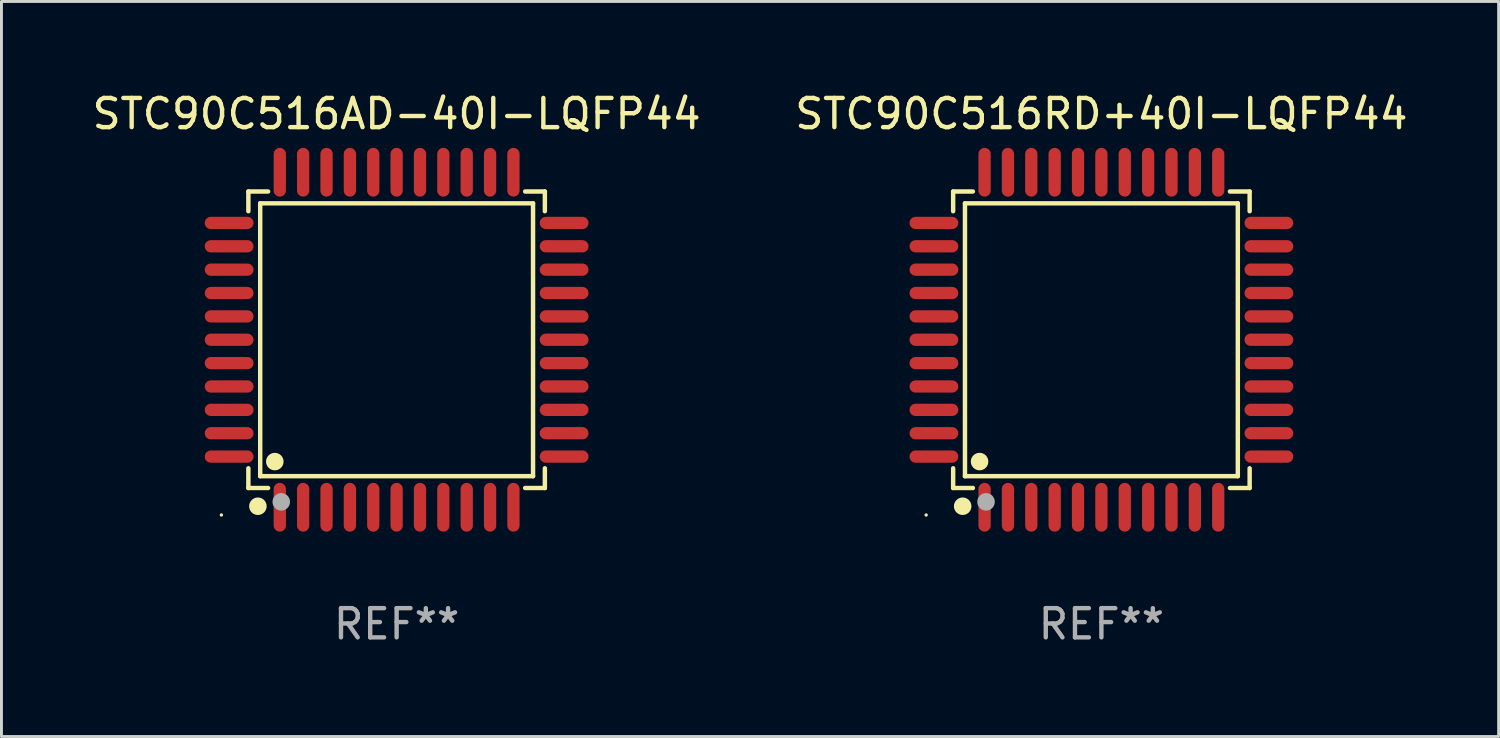
<source format=kicad_pcb>
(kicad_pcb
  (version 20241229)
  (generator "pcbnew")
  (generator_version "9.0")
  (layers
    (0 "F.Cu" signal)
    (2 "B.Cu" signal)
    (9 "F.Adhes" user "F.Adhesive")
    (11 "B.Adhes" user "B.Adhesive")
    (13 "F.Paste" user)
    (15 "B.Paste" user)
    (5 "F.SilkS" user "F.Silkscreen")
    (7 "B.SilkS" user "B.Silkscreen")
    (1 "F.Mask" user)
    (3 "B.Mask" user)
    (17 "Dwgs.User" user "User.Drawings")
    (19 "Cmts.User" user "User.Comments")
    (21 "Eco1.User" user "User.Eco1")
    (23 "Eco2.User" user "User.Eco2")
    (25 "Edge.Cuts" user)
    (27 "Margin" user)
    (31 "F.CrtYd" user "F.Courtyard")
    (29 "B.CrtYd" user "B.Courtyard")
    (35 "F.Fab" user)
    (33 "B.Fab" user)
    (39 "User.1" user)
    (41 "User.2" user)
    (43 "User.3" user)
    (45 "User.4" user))
  (footprint "STC90C516RD+40I-LQFP44"
    (layer "F.Cu")
    (at 34.661 8.583)
    (property "Reference" "STC90C516RD+40I-LQFP44" (at 0 -7.735 0) (layer "F.SilkS") (effects (font (size 1 1) (thickness 0.15))))
    (attr through_hole)
    (fp_line (start -5.076 -5.076) (end -4.401 -5.076) (stroke (width 0.152) (type solid)) (layer "F.SilkS"))
    (fp_line (start -5.076 -4.401) (end -5.076 -5.076) (stroke (width 0.152) (type solid)) (layer "F.SilkS"))
    (fp_line (start -5.076 4.401) (end -5.076 5.076) (stroke (width 0.152) (type solid)) (layer "F.SilkS"))
    (fp_line (start -5.076 5.076) (end -4.401 5.076) (stroke (width 0.152) (type solid)) (layer "F.SilkS"))
    (fp_line (start -4.671 -4.671) (end 4.671 -4.671) (stroke (width 0.152) (type solid)) (layer "F.SilkS"))
    (fp_line (start -4.671 4.671) (end -4.671 -4.671) (stroke (width 0.152) (type solid)) (layer "F.SilkS"))
    (fp_line (start 4.671 -4.671) (end 4.671 4.671) (stroke (width 0.152) (type solid)) (layer "F.SilkS"))
    (fp_line (start 4.671 4.671) (end -4.671 4.671) (stroke (width 0.152) (type solid)) (layer "F.SilkS"))
    (fp_line (start 5.076 -5.076) (end 4.401 -5.076) (stroke (width 0.152) (type solid)) (layer "F.SilkS"))
    (fp_line (start 5.076 -4.401) (end 5.076 -5.076) (stroke (width 0.152) (type solid)) (layer "F.SilkS"))
    (fp_line (start 5.076 4.401) (end 5.076 5.076) (stroke (width 0.152) (type solid)) (layer "F.SilkS"))
    (fp_line (start 5.076 5.076) (end 4.401 5.076) (stroke (width 0.152) (type solid)) (layer "F.SilkS"))
    (fp_circle (center -6 6) (end -5.97 6) (stroke (width 0.06) (type solid)) (fill no) (layer "F.SilkS"))
    (fp_circle (center -4.75 5.7) (end -4.6 5.7) (stroke (width 0.3) (type solid)) (fill no) (layer "F.SilkS"))
    (fp_circle (center -4.171 4.171) (end -4.021 4.171) (stroke (width 0.3) (type solid)) (fill no) (layer "F.SilkS"))
    (fp_circle (center -3.95 5.55) (end -3.8 5.55) (stroke (width 0.3) (type solid)) (fill no) (layer "F.Fab"))
    (fp_text user "REF**" (at 0 9.735 0) (layer "F.Fab") (effects (font (size 1 1) (thickness 0.15))))
    (pad "1" smd oval (at -4 5.735) (size 0.42 1.67) (layers "F.Cu" "F.Mask" "F.Paste"))
    (pad "2" smd oval (at -3.2 5.735) (size 0.42 1.67) (layers "F.Cu" "F.Mask" "F.Paste"))
    (pad "3" smd oval (at -2.4 5.735) (size 0.42 1.67) (layers "F.Cu" "F.Mask" "F.Paste"))
    (pad "4" smd oval (at -1.6 5.735) (size 0.42 1.67) (layers "F.Cu" "F.Mask" "F.Paste"))
    (pad "5" smd oval (at -0.8 5.735) (size 0.42 1.67) (layers "F.Cu" "F.Mask" "F.Paste"))
    (pad "6" smd oval (at 0 5.735) (size 0.42 1.67) (layers "F.Cu" "F.Mask" "F.Paste"))
    (pad "7" smd oval (at 0.8 5.735) (size 0.42 1.67) (layers "F.Cu" "F.Mask" "F.Paste"))
    (pad "8" smd oval (at 1.6 5.735) (size 0.42 1.67) (layers "F.Cu" "F.Mask" "F.Paste"))
    (pad "9" smd oval (at 2.4 5.735) (size 0.42 1.67) (layers "F.Cu" "F.Mask" "F.Paste"))
    (pad "10" smd oval (at 3.2 5.735) (size 0.42 1.67) (layers "F.Cu" "F.Mask" "F.Paste"))
    (pad "11" smd oval (at 4 5.735) (size 0.42 1.67) (layers "F.Cu" "F.Mask" "F.Paste"))
    (pad "12" smd oval (at 5.735 4) (size 1.67 0.42) (layers "F.Cu" "F.Mask" "F.Paste"))
    (pad "13" smd oval (at 5.735 3.2) (size 1.67 0.42) (layers "F.Cu" "F.Mask" "F.Paste"))
    (pad "14" smd oval (at 5.735 2.4) (size 1.67 0.42) (layers "F.Cu" "F.Mask" "F.Paste"))
    (pad "15" smd oval (at 5.735 1.6) (size 1.67 0.42) (layers "F.Cu" "F.Mask" "F.Paste"))
    (pad "16" smd oval (at 5.735 0.8) (size 1.67 0.42) (layers "F.Cu" "F.Mask" "F.Paste"))
    (pad "17" smd oval (at 5.735 0) (size 1.67 0.42) (layers "F.Cu" "F.Mask" "F.Paste"))
    (pad "18" smd oval (at 5.735 -0.8) (size 1.67 0.42) (layers "F.Cu" "F.Mask" "F.Paste"))
    (pad "19" smd oval (at 5.735 -1.6) (size 1.67 0.42) (layers "F.Cu" "F.Mask" "F.Paste"))
    (pad "20" smd oval (at 5.735 -2.4) (size 1.67 0.42) (layers "F.Cu" "F.Mask" "F.Paste"))
    (pad "21" smd oval (at 5.735 -3.2) (size 1.67 0.42) (layers "F.Cu" "F.Mask" "F.Paste"))
    (pad "22" smd oval (at 5.735 -4) (size 1.67 0.42) (layers "F.Cu" "F.Mask" "F.Paste"))
    (pad "23" smd oval (at 4 -5.735) (size 0.42 1.67) (layers "F.Cu" "F.Mask" "F.Paste"))
    (pad "24" smd oval (at 3.2 -5.735) (size 0.42 1.67) (layers "F.Cu" "F.Mask" "F.Paste"))
    (pad "25" smd oval (at 2.4 -5.735) (size 0.42 1.67) (layers "F.Cu" "F.Mask" "F.Paste"))
    (pad "26" smd oval (at 1.6 -5.735) (size 0.42 1.67) (layers "F.Cu" "F.Mask" "F.Paste"))
    (pad "27" smd oval (at 0.8 -5.735) (size 0.42 1.67) (layers "F.Cu" "F.Mask" "F.Paste"))
    (pad "28" smd oval (at 0 -5.735) (size 0.42 1.67) (layers "F.Cu" "F.Mask" "F.Paste"))
    (pad "29" smd oval (at -0.8 -5.735) (size 0.42 1.67) (layers "F.Cu" "F.Mask" "F.Paste"))
    (pad "30" smd oval (at -1.6 -5.735) (size 0.42 1.67) (layers "F.Cu" "F.Mask" "F.Paste"))
    (pad "31" smd oval (at -2.4 -5.735) (size 0.42 1.67) (layers "F.Cu" "F.Mask" "F.Paste"))
    (pad "32" smd oval (at -3.2 -5.735) (size 0.42 1.67) (layers "F.Cu" "F.Mask" "F.Paste"))
    (pad "33" smd oval (at -4 -5.735) (size 0.42 1.67) (layers "F.Cu" "F.Mask" "F.Paste"))
    (pad "34" smd oval (at -5.735 -4) (size 1.67 0.42) (layers "F.Cu" "F.Mask" "F.Paste"))
    (pad "35" smd oval (at -5.735 -3.2) (size 1.67 0.42) (layers "F.Cu" "F.Mask" "F.Paste"))
    (pad "36" smd oval (at -5.735 -2.4) (size 1.67 0.42) (layers "F.Cu" "F.Mask" "F.Paste"))
    (pad "37" smd oval (at -5.735 -1.6) (size 1.67 0.42) (layers "F.Cu" "F.Mask" "F.Paste"))
    (pad "38" smd oval (at -5.735 -0.8) (size 1.67 0.42) (layers "F.Cu" "F.Mask" "F.Paste"))
    (pad "39" smd oval (at -5.735 0) (size 1.67 0.42) (layers "F.Cu" "F.Mask" "F.Paste"))
    (pad "40" smd oval (at -5.735 0.8) (size 1.67 0.42) (layers "F.Cu" "F.Mask" "F.Paste"))
    (pad "41" smd oval (at -5.735 1.6) (size 1.67 0.42) (layers "F.Cu" "F.Mask" "F.Paste"))
    (pad "42" smd oval (at -5.735 2.4) (size 1.67 0.42) (layers "F.Cu" "F.Mask" "F.Paste"))
    (pad "43" smd oval (at -5.735 3.2) (size 1.67 0.42) (layers "F.Cu" "F.Mask" "F.Paste"))
    (pad "44" smd oval (at -5.735 4) (size 1.67 0.42) (layers "F.Cu" "F.Mask" "F.Paste")))
  (footprint "STC90C516AD-40I-LQFP44"
    (layer "F.Cu")
    (at 10.53 8.583)
    (property "Reference" "STC90C516AD-40I-LQFP44" (at 0 -7.735 0) (layer "F.SilkS") (effects (font (size 1 1) (thickness 0.15))))
    (attr through_hole)
    (fp_line (start -5.076 -5.076) (end -4.401 -5.076) (stroke (width 0.152) (type solid)) (layer "F.SilkS"))
    (fp_line (start -5.076 -4.401) (end -5.076 -5.076) (stroke (width 0.152) (type solid)) (layer "F.SilkS"))
    (fp_line (start -5.076 4.401) (end -5.076 5.076) (stroke (width 0.152) (type solid)) (layer "F.SilkS"))
    (fp_line (start -5.076 5.076) (end -4.401 5.076) (stroke (width 0.152) (type solid)) (layer "F.SilkS"))
    (fp_line (start -4.671 -4.671) (end 4.671 -4.671) (stroke (width 0.152) (type solid)) (layer "F.SilkS"))
    (fp_line (start -4.671 4.671) (end -4.671 -4.671) (stroke (width 0.152) (type solid)) (layer "F.SilkS"))
    (fp_line (start 4.671 -4.671) (end 4.671 4.671) (stroke (width 0.152) (type solid)) (layer "F.SilkS"))
    (fp_line (start 4.671 4.671) (end -4.671 4.671) (stroke (width 0.152) (type solid)) (layer "F.SilkS"))
    (fp_line (start 5.076 -5.076) (end 4.401 -5.076) (stroke (width 0.152) (type solid)) (layer "F.SilkS"))
    (fp_line (start 5.076 -4.401) (end 5.076 -5.076) (stroke (width 0.152) (type solid)) (layer "F.SilkS"))
    (fp_line (start 5.076 4.401) (end 5.076 5.076) (stroke (width 0.152) (type solid)) (layer "F.SilkS"))
    (fp_line (start 5.076 5.076) (end 4.401 5.076) (stroke (width 0.152) (type solid)) (layer "F.SilkS"))
    (fp_circle (center -6 6) (end -5.97 6) (stroke (width 0.06) (type solid)) (fill no) (layer "F.SilkS"))
    (fp_circle (center -4.75 5.7) (end -4.6 5.7) (stroke (width 0.3) (type solid)) (fill no) (layer "F.SilkS"))
    (fp_circle (center -4.171 4.171) (end -4.021 4.171) (stroke (width 0.3) (type solid)) (fill no) (layer "F.SilkS"))
    (fp_circle (center -3.95 5.55) (end -3.8 5.55) (stroke (width 0.3) (type solid)) (fill no) (layer "F.Fab"))
    (fp_text user "REF**" (at 0 9.735 0) (layer "F.Fab") (effects (font (size 1 1) (thickness 0.15))))
    (pad "1" smd oval (at -4 5.735) (size 0.42 1.67) (layers "F.Cu" "F.Mask" "F.Paste"))
    (pad "2" smd oval (at -3.2 5.735) (size 0.42 1.67) (layers "F.Cu" "F.Mask" "F.Paste"))
    (pad "3" smd oval (at -2.4 5.735) (size 0.42 1.67) (layers "F.Cu" "F.Mask" "F.Paste"))
    (pad "4" smd oval (at -1.6 5.735) (size 0.42 1.67) (layers "F.Cu" "F.Mask" "F.Paste"))
    (pad "5" smd oval (at -0.8 5.735) (size 0.42 1.67) (layers "F.Cu" "F.Mask" "F.Paste"))
    (pad "6" smd oval (at 0 5.735) (size 0.42 1.67) (layers "F.Cu" "F.Mask" "F.Paste"))
    (pad "7" smd oval (at 0.8 5.735) (size 0.42 1.67) (layers "F.Cu" "F.Mask" "F.Paste"))
    (pad "8" smd oval (at 1.6 5.735) (size 0.42 1.67) (layers "F.Cu" "F.Mask" "F.Paste"))
    (pad "9" smd oval (at 2.4 5.735) (size 0.42 1.67) (layers "F.Cu" "F.Mask" "F.Paste"))
    (pad "10" smd oval (at 3.2 5.735) (size 0.42 1.67) (layers "F.Cu" "F.Mask" "F.Paste"))
    (pad "11" smd oval (at 4 5.735) (size 0.42 1.67) (layers "F.Cu" "F.Mask" "F.Paste"))
    (pad "12" smd oval (at 5.735 4) (size 1.67 0.42) (layers "F.Cu" "F.Mask" "F.Paste"))
    (pad "13" smd oval (at 5.735 3.2) (size 1.67 0.42) (layers "F.Cu" "F.Mask" "F.Paste"))
    (pad "14" smd oval (at 5.735 2.4) (size 1.67 0.42) (layers "F.Cu" "F.Mask" "F.Paste"))
    (pad "15" smd oval (at 5.735 1.6) (size 1.67 0.42) (layers "F.Cu" "F.Mask" "F.Paste"))
    (pad "16" smd oval (at 5.735 0.8) (size 1.67 0.42) (layers "F.Cu" "F.Mask" "F.Paste"))
    (pad "17" smd oval (at 5.735 0) (size 1.67 0.42) (layers "F.Cu" "F.Mask" "F.Paste"))
    (pad "18" smd oval (at 5.735 -0.8) (size 1.67 0.42) (layers "F.Cu" "F.Mask" "F.Paste"))
    (pad "19" smd oval (at 5.735 -1.6) (size 1.67 0.42) (layers "F.Cu" "F.Mask" "F.Paste"))
    (pad "20" smd oval (at 5.735 -2.4) (size 1.67 0.42) (layers "F.Cu" "F.Mask" "F.Paste"))
    (pad "21" smd oval (at 5.735 -3.2) (size 1.67 0.42) (layers "F.Cu" "F.Mask" "F.Paste"))
    (pad "22" smd oval (at 5.735 -4) (size 1.67 0.42) (layers "F.Cu" "F.Mask" "F.Paste"))
    (pad "23" smd oval (at 4 -5.735) (size 0.42 1.67) (layers "F.Cu" "F.Mask" "F.Paste"))
    (pad "24" smd oval (at 3.2 -5.735) (size 0.42 1.67) (layers "F.Cu" "F.Mask" "F.Paste"))
    (pad "25" smd oval (at 2.4 -5.735) (size 0.42 1.67) (layers "F.Cu" "F.Mask" "F.Paste"))
    (pad "26" smd oval (at 1.6 -5.735) (size 0.42 1.67) (layers "F.Cu" "F.Mask" "F.Paste"))
    (pad "27" smd oval (at 0.8 -5.735) (size 0.42 1.67) (layers "F.Cu" "F.Mask" "F.Paste"))
    (pad "28" smd oval (at 0 -5.735) (size 0.42 1.67) (layers "F.Cu" "F.Mask" "F.Paste"))
    (pad "29" smd oval (at -0.8 -5.735) (size 0.42 1.67) (layers "F.Cu" "F.Mask" "F.Paste"))
    (pad "30" smd oval (at -1.6 -5.735) (size 0.42 1.67) (layers "F.Cu" "F.Mask" "F.Paste"))
    (pad "31" smd oval (at -2.4 -5.735) (size 0.42 1.67) (layers "F.Cu" "F.Mask" "F.Paste"))
    (pad "32" smd oval (at -3.2 -5.735) (size 0.42 1.67) (layers "F.Cu" "F.Mask" "F.Paste"))
    (pad "33" smd oval (at -4 -5.735) (size 0.42 1.67) (layers "F.Cu" "F.Mask" "F.Paste"))
    (pad "34" smd oval (at -5.735 -4) (size 1.67 0.42) (layers "F.Cu" "F.Mask" "F.Paste"))
    (pad "35" smd oval (at -5.735 -3.2) (size 1.67 0.42) (layers "F.Cu" "F.Mask" "F.Paste"))
    (pad "36" smd oval (at -5.735 -2.4) (size 1.67 0.42) (layers "F.Cu" "F.Mask" "F.Paste"))
    (pad "37" smd oval (at -5.735 -1.6) (size 1.67 0.42) (layers "F.Cu" "F.Mask" "F.Paste"))
    (pad "38" smd oval (at -5.735 -0.8) (size 1.67 0.42) (layers "F.Cu" "F.Mask" "F.Paste"))
    (pad "39" smd oval (at -5.735 0) (size 1.67 0.42) (layers "F.Cu" "F.Mask" "F.Paste"))
    (pad "40" smd oval (at -5.735 0.8) (size 1.67 0.42) (layers "F.Cu" "F.Mask" "F.Paste"))
    (pad "41" smd oval (at -5.735 1.6) (size 1.67 0.42) (layers "F.Cu" "F.Mask" "F.Paste"))
    (pad "42" smd oval (at -5.735 2.4) (size 1.67 0.42) (layers "F.Cu" "F.Mask" "F.Paste"))
    (pad "43" smd oval (at -5.735 3.2) (size 1.67 0.42) (layers "F.Cu" "F.Mask" "F.Paste"))
    (pad "44" smd oval (at -5.735 4) (size 1.67 0.42) (layers "F.Cu" "F.Mask" "F.Paste")))
  (gr_rect
    (start -3 -3)
    (end 48.262 22.167)
    (stroke (width 0.1) (type default))
    (fill no)
    (layer "Edge.Cuts")))
</source>
